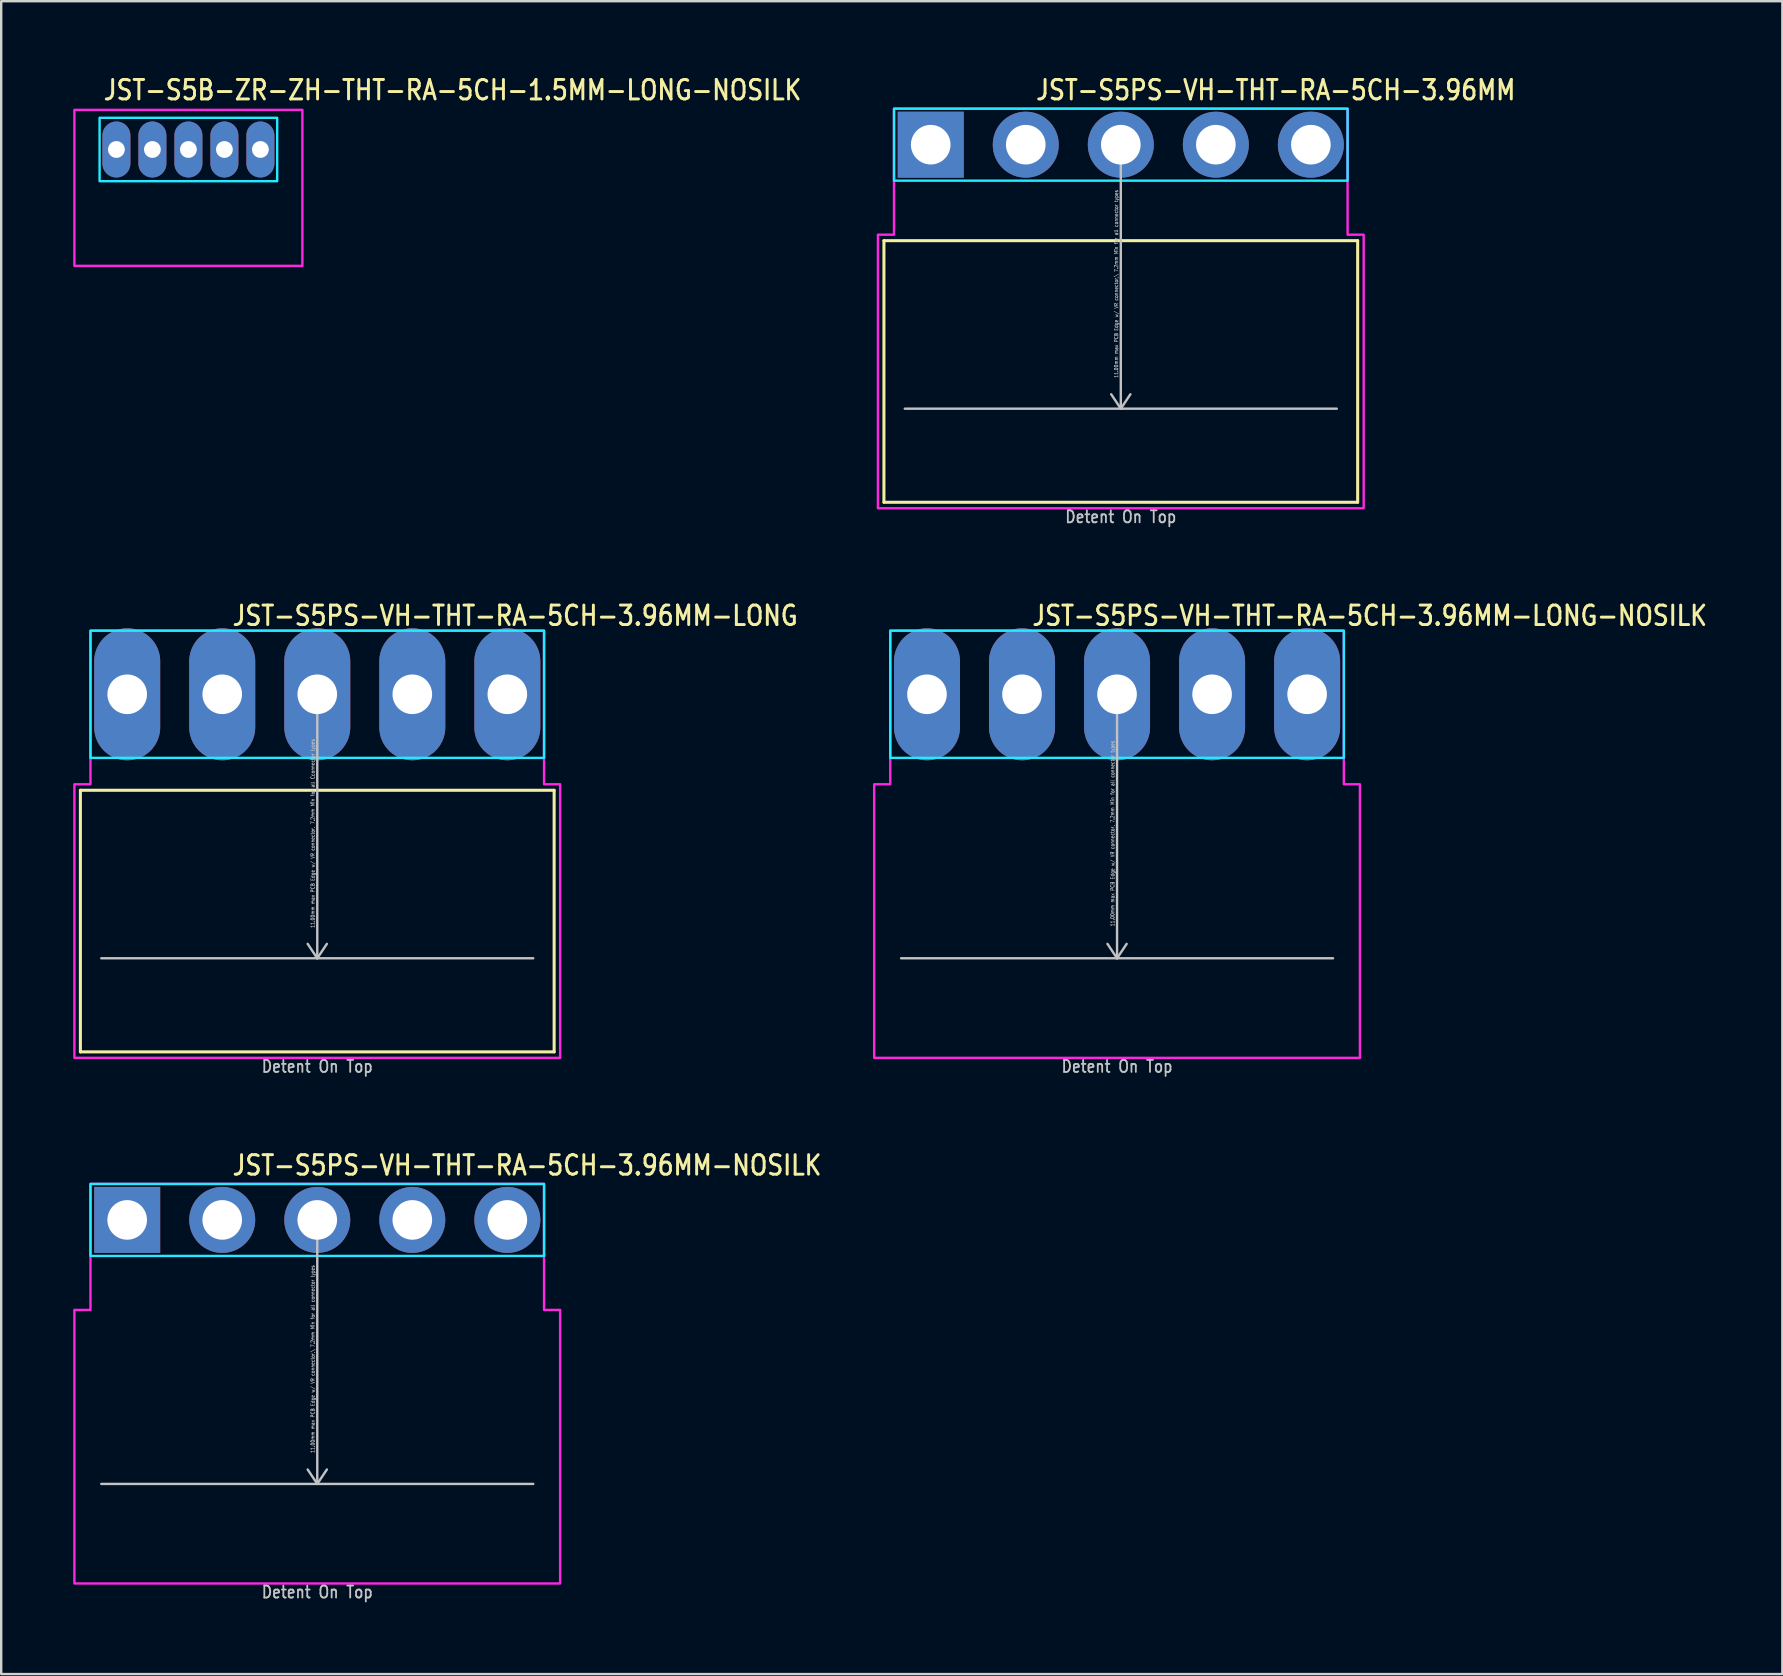
<source format=kicad_pcb>
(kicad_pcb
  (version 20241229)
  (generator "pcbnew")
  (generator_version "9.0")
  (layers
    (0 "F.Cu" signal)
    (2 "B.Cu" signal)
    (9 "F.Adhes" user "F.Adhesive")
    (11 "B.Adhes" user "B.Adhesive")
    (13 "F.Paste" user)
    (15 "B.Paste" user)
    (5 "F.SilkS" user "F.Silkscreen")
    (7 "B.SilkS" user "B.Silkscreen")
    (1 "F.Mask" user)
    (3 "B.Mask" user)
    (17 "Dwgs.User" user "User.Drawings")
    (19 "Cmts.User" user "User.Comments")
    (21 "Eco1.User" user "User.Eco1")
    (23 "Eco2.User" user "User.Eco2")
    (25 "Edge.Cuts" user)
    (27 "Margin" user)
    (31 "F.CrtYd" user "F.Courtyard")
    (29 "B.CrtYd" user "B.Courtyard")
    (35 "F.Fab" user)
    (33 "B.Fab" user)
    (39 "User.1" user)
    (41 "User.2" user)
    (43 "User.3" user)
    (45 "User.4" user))
  (footprint "JST-S5PS-VH-THT-RA-5CH-3.96MM-NOSILK"
    (layer "F.Cu")
    (at 10.17 47.782)
    (property "Reference" "JST-S5PS-VH-THT-RA-5CH-3.96MM-NOSILK" (at -3.6 -1.8 0) (unlocked yes) (layer "F.SilkS") (effects (font (size 0.813 0.695) (thickness 0.122)) (justify left bottom)))
    (fp_line (start -9 11) (end 9 11) (stroke (width 0.1) (type solid)) (layer "Dwgs.User"))
    (fp_line (start 0 0) (end -0.4 0.6) (stroke (width 0.1) (type solid)) (layer "Dwgs.User"))
    (fp_line (start 0 0) (end 0 11) (stroke (width 0.1) (type solid)) (layer "Dwgs.User"))
    (fp_line (start 0 0) (end 0.4 0.6) (stroke (width 0.1) (type solid)) (layer "Dwgs.User"))
    (fp_line (start 0 11) (end -0.4 10.4) (stroke (width 0.1) (type solid)) (layer "Dwgs.User"))
    (fp_line (start 0 11) (end 0.4 10.4) (stroke (width 0.1) (type solid)) (layer "Dwgs.User"))
    (fp_poly (pts (xy -9.45 -1.5) (xy -9.45 1.5) (xy 9.45 1.5) (xy 9.45 -1.5)) (stroke (width 0.1) (type solid)) (fill no) (layer "B.CrtYd"))
    (fp_poly (pts (xy -10.12 3.75) (xy -10.12 15.15) (xy 10.12 15.15) (xy 10.12 3.75) (xy 9.45 3.75) (xy 9.45 -1.5) (xy -9.45 -1.5) (xy -9.45 3.75)) (stroke (width 0.1) (type solid)) (fill no) (layer "F.CrtYd"))
    (fp_text user "Detent On Top" (at 0 15.8 0) (unlocked yes) (layer "Dwgs.User") (effects (font (size 0.5 0.427) (thickness 0.075)) (justify bottom)))
    (fp_text user "11.00mm max PCB Edge w/ VR connector,\\ 7.2mm Min for all connector types" (at -0.1 5.8 90) (unlocked yes) (layer "Dwgs.User") (effects (font (size 0.15 0.128) (thickness 0.022)) (justify bottom)))
    (pad "P$1" thru_hole rect (at -7.92 0) (size 2.75 2.75) (drill 1.65) (layers "*.Cu" "*.Mask"))
    (pad "P$2" thru_hole oval (at -3.96 0) (size 2.75 2.75) (drill 1.65) (layers "*.Cu" "*.Mask"))
    (pad "P$3" thru_hole oval (at 0 0) (size 2.75 2.75) (drill 1.65) (layers "*.Cu" "*.Mask"))
    (pad "P$4" thru_hole oval (at 3.96 0) (size 2.75 2.75) (drill 1.65) (layers "*.Cu" "*.Mask"))
    (pad "P$5" thru_hole oval (at 7.92 0) (size 2.75 2.75) (drill 1.65) (layers "*.Cu" "*.Mask")))
  (footprint "JST-S5PS-VH-THT-RA-5CH-3.96MM"
    (layer "F.Cu")
    (at 43.652 2.979)
    (property "Reference" "JST-S5PS-VH-THT-RA-5CH-3.96MM" (at -3.6 -1.8 0) (unlocked yes) (layer "F.SilkS") (effects (font (size 0.813 0.695) (thickness 0.122)) (justify left bottom)))
    (fp_line (start -9.87 4) (end 9.87 4) (stroke (width 0.127) (type solid)) (layer "F.SilkS"))
    (fp_line (start -9.87 14.9) (end -9.87 4) (stroke (width 0.127) (type solid)) (layer "F.SilkS"))
    (fp_line (start -9.87 14.9) (end 9.87 14.9) (stroke (width 0.127) (type solid)) (layer "F.SilkS"))
    (fp_line (start 9.87 4) (end 9.87 14.9) (stroke (width 0.127) (type solid)) (layer "F.SilkS"))
    (fp_line (start -9 11) (end 9 11) (stroke (width 0.1) (type solid)) (layer "Dwgs.User"))
    (fp_line (start 0 0) (end -0.4 0.6) (stroke (width 0.1) (type solid)) (layer "Dwgs.User"))
    (fp_line (start 0 0) (end 0 11) (stroke (width 0.1) (type solid)) (layer "Dwgs.User"))
    (fp_line (start 0 0) (end 0.4 0.6) (stroke (width 0.1) (type solid)) (layer "Dwgs.User"))
    (fp_line (start 0 11) (end -0.4 10.4) (stroke (width 0.1) (type solid)) (layer "Dwgs.User"))
    (fp_line (start 0 11) (end 0.4 10.4) (stroke (width 0.1) (type solid)) (layer "Dwgs.User"))
    (fp_poly (pts (xy -9.45 -1.5) (xy -9.45 1.5) (xy 9.45 1.5) (xy 9.45 -1.5)) (stroke (width 0.1) (type solid)) (fill no) (layer "B.CrtYd"))
    (fp_poly (pts (xy -10.12 3.75) (xy -10.12 15.15) (xy 10.12 15.15) (xy 10.12 3.75) (xy 9.45 3.75) (xy 9.45 -1.5) (xy -9.45 -1.5) (xy -9.45 3.75)) (stroke (width 0.1) (type solid)) (fill no) (layer "F.CrtYd"))
    (fp_text user "11.00mm max PCB Edge w/ VR connector,\\ 7.2mm Min for all connector types" (at -0.1 5.8 90) (unlocked yes) (layer "Dwgs.User") (effects (font (size 0.15 0.128) (thickness 0.022)) (justify bottom)))
    (fp_text user "Detent On Top" (at 0 15.8 0) (unlocked yes) (layer "Dwgs.User") (effects (font (size 0.5 0.427) (thickness 0.075)) (justify bottom)))
    (pad "P$1" thru_hole rect (at -7.92 0) (size 2.75 2.75) (drill 1.65) (layers "*.Cu" "*.Mask"))
    (pad "P$2" thru_hole oval (at -3.96 0) (size 2.75 2.75) (drill 1.65) (layers "*.Cu" "*.Mask"))
    (pad "P$3" thru_hole oval (at 0 0) (size 2.75 2.75) (drill 1.65) (layers "*.Cu" "*.Mask"))
    (pad "P$4" thru_hole oval (at 3.96 0) (size 2.75 2.75) (drill 1.65) (layers "*.Cu" "*.Mask"))
    (pad "P$5" thru_hole oval (at 7.92 0) (size 2.75 2.75) (drill 1.65) (layers "*.Cu" "*.Mask")))
  (footprint "JST-S5PS-VH-THT-RA-5CH-3.96MM-LONG"
    (layer "F.Cu")
    (at 10.17 25.88)
    (property "Reference" "JST-S5PS-VH-THT-RA-5CH-3.96MM-LONG" (at -3.6 -2.8 0) (unlocked yes) (layer "F.SilkS") (effects (font (size 0.813 0.695) (thickness 0.122)) (justify left bottom)))
    (fp_line (start -9.87 4) (end 9.87 4) (stroke (width 0.127) (type solid)) (layer "F.SilkS"))
    (fp_line (start -9.87 14.9) (end -9.87 4) (stroke (width 0.127) (type solid)) (layer "F.SilkS"))
    (fp_line (start -9.87 14.9) (end 9.87 14.9) (stroke (width 0.127) (type solid)) (layer "F.SilkS"))
    (fp_line (start 9.87 4) (end 9.87 14.9) (stroke (width 0.127) (type solid)) (layer "F.SilkS"))
    (fp_line (start -9 11) (end 9 11) (stroke (width 0.1) (type solid)) (layer "Dwgs.User"))
    (fp_line (start 0 0) (end -0.4 0.6) (stroke (width 0.1) (type solid)) (layer "Dwgs.User"))
    (fp_line (start 0 0) (end 0 11) (stroke (width 0.1) (type solid)) (layer "Dwgs.User"))
    (fp_line (start 0 0) (end 0.4 0.6) (stroke (width 0.1) (type solid)) (layer "Dwgs.User"))
    (fp_line (start 0 11) (end -0.4 10.4) (stroke (width 0.1) (type solid)) (layer "Dwgs.User"))
    (fp_line (start 0 11) (end 0.4 10.4) (stroke (width 0.1) (type solid)) (layer "Dwgs.User"))
    (fp_poly (pts (xy -9.45 -2.65) (xy -9.45 2.65) (xy 9.45 2.65) (xy 9.45 -2.65)) (stroke (width 0.1) (type solid)) (fill no) (layer "B.CrtYd"))
    (fp_poly (pts (xy -10.12 3.75) (xy -10.12 15.15) (xy 10.12 15.15) (xy 10.12 3.75) (xy 9.45 3.75) (xy 9.45 -2.65) (xy -9.45 -2.65) (xy -9.45 3.75)) (stroke (width 0.1) (type solid)) (fill no) (layer "F.CrtYd"))
    (fp_text user "11.00mm max PCB Edge w/ VR connector, 7.2mm Min for all Cconnector types" (at -0.1 5.8 90) (unlocked yes) (layer "Dwgs.User") (effects (font (size 0.15 0.128) (thickness 0.022)) (justify bottom)))
    (fp_text user "Detent On Top" (at 0 15.8 0) (unlocked yes) (layer "Dwgs.User") (effects (font (size 0.5 0.427) (thickness 0.075)) (justify bottom)))
    (pad "P$1" thru_hole oval (at -7.92 0 90) (size 5.5 2.75) (drill 1.65) (layers "*.Cu" "*.Mask"))
    (pad "P$2" thru_hole oval (at -3.96 0 90) (size 5.5 2.75) (drill 1.65) (layers "*.Cu" "*.Mask"))
    (pad "P$3" thru_hole oval (at 0 0 90) (size 5.5 2.75) (drill 1.65) (layers "*.Cu" "*.Mask"))
    (pad "P$4" thru_hole oval (at 3.96 0 90) (size 5.5 2.75) (drill 1.65) (layers "*.Cu" "*.Mask"))
    (pad "P$5" thru_hole oval (at 7.92 0 90) (size 5.5 2.75) (drill 1.65) (layers "*.Cu" "*.Mask")))
  (footprint "JST-S5B-ZR-ZH-THT-RA-5CH-1.5MM-LONG-NOSILK"
    (layer "F.Cu")
    (at 4.8 3.179)
    (property "Reference" "JST-S5B-ZR-ZH-THT-RA-5CH-1.5MM-LONG-NOSILK" (at -3.6 -2 0) (unlocked yes) (layer "F.SilkS") (effects (font (size 0.813 0.695) (thickness 0.122)) (justify left bottom)))
    (fp_poly (pts (xy -3.7 -1.32) (xy -3.7 1.32) (xy 3.7 1.32) (xy 3.7 -1.32)) (stroke (width 0.1) (type solid)) (fill no) (layer "B.CrtYd"))
    (fp_poly (pts (xy -4.75 -1.65) (xy -4.75 4.85) (xy 4.75 4.85) (xy 4.75 -1.65)) (stroke (width 0.1) (type solid)) (fill no) (layer "F.CrtYd"))
    (pad "P$1" thru_hole oval (at -3 0 90) (size 2.333 1.167) (drill 0.7) (layers "*.Cu" "*.Mask"))
    (pad "P$2" thru_hole oval (at -1.5 0 90) (size 2.333 1.167) (drill 0.7) (layers "*.Cu" "*.Mask"))
    (pad "P$3" thru_hole oval (at 0 0 90) (size 2.333 1.167) (drill 0.7) (layers "*.Cu" "*.Mask"))
    (pad "P$4" thru_hole oval (at 1.5 0 90) (size 2.333 1.167) (drill 0.7) (layers "*.Cu" "*.Mask"))
    (pad "P$5" thru_hole oval (at 3 0 90) (size 2.333 1.167) (drill 0.7) (layers "*.Cu" "*.Mask")))
  (footprint "JST-S5PS-VH-THT-RA-5CH-3.96MM-LONG-NOSILK"
    (layer "F.Cu")
    (at 43.496 25.88)
    (property "Reference" "JST-S5PS-VH-THT-RA-5CH-3.96MM-LONG-NOSILK" (at -3.6 -2.8 0) (unlocked yes) (layer "F.SilkS") (effects (font (size 0.813 0.695) (thickness 0.122)) (justify left bottom)))
    (fp_line (start -9 11) (end 9 11) (stroke (width 0.1) (type solid)) (layer "Dwgs.User"))
    (fp_line (start 0 0) (end -0.4 0.6) (stroke (width 0.1) (type solid)) (layer "Dwgs.User"))
    (fp_line (start 0 0) (end 0 11) (stroke (width 0.1) (type solid)) (layer "Dwgs.User"))
    (fp_line (start 0 0) (end 0.4 0.6) (stroke (width 0.1) (type solid)) (layer "Dwgs.User"))
    (fp_line (start 0 11) (end -0.4 10.4) (stroke (width 0.1) (type solid)) (layer "Dwgs.User"))
    (fp_line (start 0 11) (end 0.4 10.4) (stroke (width 0.1) (type solid)) (layer "Dwgs.User"))
    (fp_poly (pts (xy -9.45 -2.65) (xy -9.45 2.65) (xy 9.45 2.65) (xy 9.45 -2.65)) (stroke (width 0.1) (type solid)) (fill no) (layer "B.CrtYd"))
    (fp_poly (pts (xy -10.12 3.75) (xy -10.12 15.15) (xy 10.12 15.15) (xy 10.12 3.75) (xy 9.45 3.75) (xy 9.45 -2.65) (xy -9.45 -2.65) (xy -9.45 3.75)) (stroke (width 0.1) (type solid)) (fill no) (layer "F.CrtYd"))
    (fp_text user "Detent On Top" (at 0 15.8 0) (unlocked yes) (layer "Dwgs.User") (effects (font (size 0.5 0.427) (thickness 0.075)) (justify bottom)))
    (fp_text user "11.00mm max PCB Edge w/ VR connector, 7.2mm Min for all connector types" (at -0.1 5.8 90) (unlocked yes) (layer "Dwgs.User") (effects (font (size 0.15 0.128) (thickness 0.022)) (justify bottom)))
    (pad "P$1" thru_hole oval (at -7.92 0 90) (size 5.5 2.75) (drill 1.65) (layers "*.Cu" "*.Mask"))
    (pad "P$2" thru_hole oval (at -3.96 0 90) (size 5.5 2.75) (drill 1.65) (layers "*.Cu" "*.Mask"))
    (pad "P$3" thru_hole oval (at 0 0 90) (size 5.5 2.75) (drill 1.65) (layers "*.Cu" "*.Mask"))
    (pad "P$4" thru_hole oval (at 3.96 0 90) (size 5.5 2.75) (drill 1.65) (layers "*.Cu" "*.Mask"))
    (pad "P$5" thru_hole oval (at 7.92 0 90) (size 5.5 2.75) (drill 1.65) (layers "*.Cu" "*.Mask")))
  (gr_rect
    (start -3 -3)
    (end 71.218 66.705)
    (stroke (width 0.1) (type default))
    (fill no)
    (layer "Edge.Cuts")))
</source>
